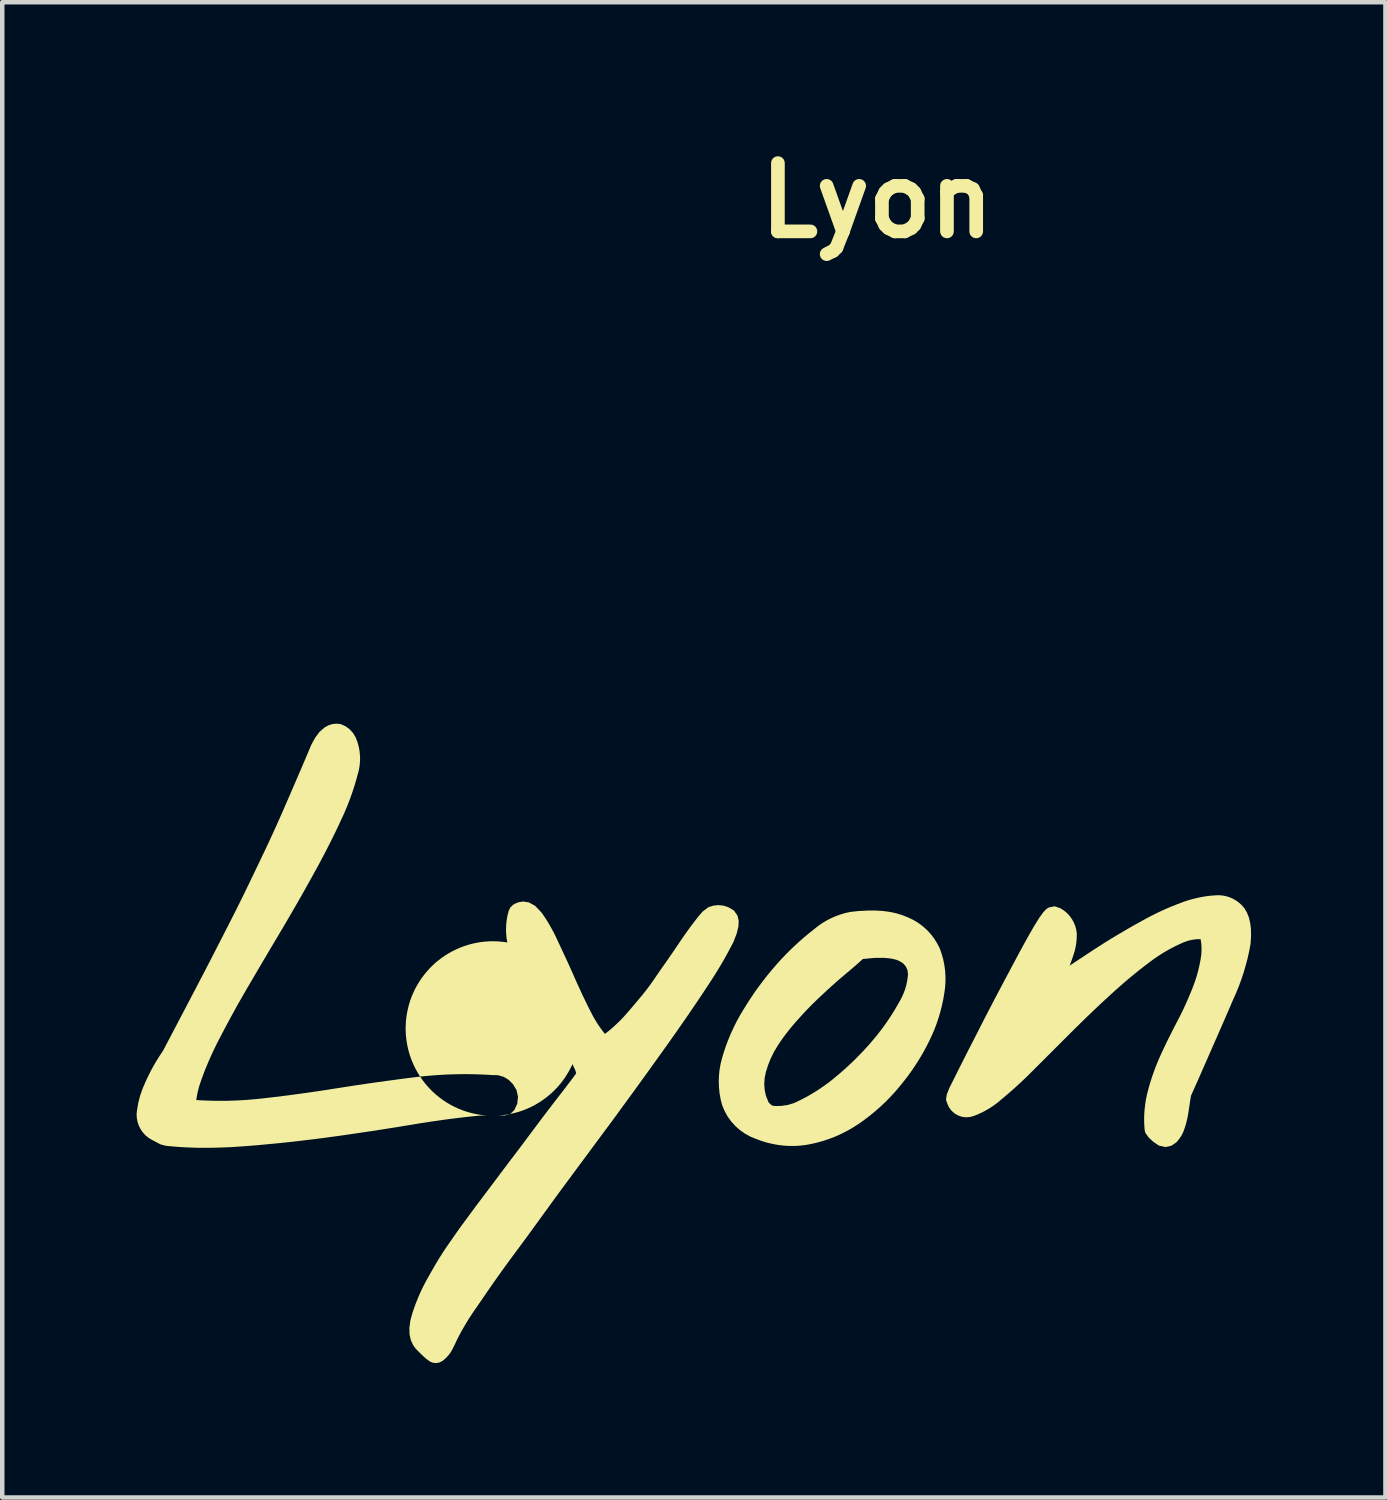
<source format=kicad_pcb>
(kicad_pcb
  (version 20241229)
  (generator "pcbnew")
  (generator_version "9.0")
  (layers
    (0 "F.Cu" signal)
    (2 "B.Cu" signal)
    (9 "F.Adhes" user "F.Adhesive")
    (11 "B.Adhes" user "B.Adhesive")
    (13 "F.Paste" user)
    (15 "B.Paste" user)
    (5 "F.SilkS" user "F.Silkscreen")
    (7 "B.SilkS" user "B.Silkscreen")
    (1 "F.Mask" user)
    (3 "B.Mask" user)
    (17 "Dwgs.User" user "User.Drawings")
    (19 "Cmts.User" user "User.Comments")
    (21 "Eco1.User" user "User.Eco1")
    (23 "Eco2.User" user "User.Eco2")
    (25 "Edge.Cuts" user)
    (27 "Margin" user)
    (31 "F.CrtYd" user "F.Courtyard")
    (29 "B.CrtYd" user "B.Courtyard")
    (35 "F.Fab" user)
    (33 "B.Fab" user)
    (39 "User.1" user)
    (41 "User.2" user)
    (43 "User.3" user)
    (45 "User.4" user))
  (footprint "Lyon"
    (layer "F.Cu")
    (at 16.529 21.815)
    (property "Reference" "Lyon" (at 0 -20.389 0) (layer "F.SilkS") (effects (font (size 1.524 1.524) (thickness 0.305))))
    (attr exclude_from_pos_files exclude_from_bom)
    (fp_poly (pts (xy 0.695 -4.383) (xy 0.579 -3.362) (xy 0.64 -3.294) (xy 0.678 -3.212) (xy 0.691 -3.122) (xy 0.683 -3.036) (xy 0.669 -2.952) (xy 0.651 -2.868) (xy 0.627 -2.786) (xy 0.598 -2.705) (xy 0.564 -2.627) (xy 0.526 -2.55) (xy 0.483 -2.476) (xy 0.419 -2.364) (xy 0.352 -2.253) (xy 0.283 -2.145) (xy 0.21 -2.038) (xy 0.135 -1.933) (xy 0.057 -1.83) (xy -0.023 -1.729) (xy -0.106 -1.63) (xy -0.198 -1.524) (xy -0.292 -1.421) (xy -0.389 -1.319) (xy -0.487 -1.22) (xy -0.588 -1.122) (xy -0.691 -1.027) (xy -0.795 -0.934) (xy -0.902 -0.844) (xy -0.996 -0.766) (xy -1.092 -0.691) (xy -1.191 -0.62) (xy -1.291 -0.551) (xy -1.394 -0.485) (xy -1.499 -0.422) (xy -1.605 -0.363) (xy -1.713 -0.307) (xy -1.849 -0.243) (xy -1.992 -0.199) (xy -2.139 -0.177) (xy -2.289 -0.175) (xy -2.349 -0.188) (xy -2.419 -0.252) (xy -2.482 -0.407) (xy -2.509 -0.537) (xy -2.518 -0.67) (xy -2.509 -0.802) (xy -2.482 -0.932) (xy -2.434 -1.085) (xy -2.374 -1.235) (xy -2.303 -1.379) (xy -2.221 -1.518) (xy -2.17 -1.595) (xy -2.117 -1.672) (xy -2.062 -1.747) (xy -2.006 -1.821) (xy -1.948 -1.894) (xy -1.889 -1.966) (xy -1.828 -2.036) (xy -1.766 -2.106) (xy -1.662 -2.222) (xy -1.555 -2.335) (xy -1.446 -2.446) (xy -1.337 -2.552) (xy -1.227 -2.656) (xy -1.119 -2.756) (xy -1.012 -2.854) (xy -0.905 -2.949) (xy -0.8 -3.04) (xy -0.696 -3.128) (xy -0.544 -3.256) (xy -0.423 -3.361) (xy -0.318 -3.457) (xy -0.046 -3.482) (xy 0.165 -3.482) (xy 0.322 -3.466) (xy 0.432 -3.439) (xy 0.502 -3.409) (xy 0.579 -3.362) (xy 0.695 -4.383) (xy 0.567 -4.435) (xy 0.429 -4.477) (xy 0.283 -4.508) (xy 0.126 -4.529) (xy -0.041 -4.539) (xy -0.218 -4.538) (xy -0.406 -4.528) (xy -0.604 -4.507) (xy -0.715 -4.482) (xy -0.823 -4.449) (xy -0.93 -4.41) (xy -1.033 -4.364) (xy -1.134 -4.312) (xy -1.231 -4.253) (xy -1.323 -4.188) (xy -1.412 -4.117) (xy -1.523 -4.029) (xy -1.632 -3.938) (xy -1.739 -3.844) (xy -1.844 -3.748) (xy -1.947 -3.649) (xy -2.047 -3.548) (xy -2.145 -3.445) (xy -2.24 -3.34) (xy -2.342 -3.221) (xy -2.442 -3.101) (xy -2.538 -2.978) (xy -2.632 -2.853) (xy -2.724 -2.726) (xy -2.812 -2.596) (xy -2.897 -2.465) (xy -2.98 -2.332) (xy -3.057 -2.204) (xy -3.129 -2.073) (xy -3.196 -1.94) (xy -3.259 -1.804) (xy -3.317 -1.666) (xy -3.37 -1.527) (xy -3.418 -1.385) (xy -3.461 -1.242) (xy -3.493 -1.114) (xy -3.516 -0.985) (xy -3.529 -0.854) (xy -3.534 -0.722) (xy -3.529 -0.59) (xy -3.516 -0.46) (xy -3.493 -0.33) (xy -3.461 -0.202) (xy -3.408 -0.072) (xy -3.34 0.052) (xy -3.258 0.167) (xy -3.164 0.272) (xy -3.058 0.365) (xy -2.942 0.446) (xy -2.818 0.513) (xy -2.687 0.565) (xy -2.592 0.6) (xy -2.496 0.631) (xy -2.398 0.657) (xy -2.299 0.678) (xy -2.199 0.695) (xy -2.098 0.707) (xy -1.997 0.715) (xy -1.896 0.717) (xy -1.797 0.715) (xy -1.697 0.707) (xy -1.598 0.695) (xy -1.5 0.678) (xy -1.355 0.646) (xy -1.212 0.607) (xy -1.072 0.56) (xy -0.933 0.507) (xy -0.798 0.446) (xy -0.666 0.379) (xy -0.537 0.305) (xy -0.413 0.225) (xy -0.287 0.136) (xy -0.163 0.042) (xy -0.044 -0.056) (xy 0.072 -0.158) (xy 0.185 -0.264) (xy 0.293 -0.374) (xy 0.398 -0.488) (xy 0.498 -0.605) (xy 0.594 -0.723) (xy 0.687 -0.843) (xy 0.776 -0.967) (xy 0.861 -1.093) (xy 0.942 -1.221) (xy 1.02 -1.352) (xy 1.093 -1.486) (xy 1.162 -1.621) (xy 1.222 -1.748) (xy 1.278 -1.878) (xy 1.328 -2.01) (xy 1.373 -2.143) (xy 1.413 -2.278) (xy 1.448 -2.415) (xy 1.477 -2.553) (xy 1.501 -2.691) (xy 1.518 -2.817) (xy 1.527 -2.944) (xy 1.527 -3.07) (xy 1.519 -3.197) (xy 1.502 -3.323) (xy 1.477 -3.447) (xy 1.443 -3.569) (xy 1.401 -3.689) (xy 1.344 -3.802) (xy 1.277 -3.91) (xy 1.201 -4.011) (xy 1.115 -4.104) (xy 1.02 -4.188) (xy 0.918 -4.264) (xy 0.809 -4.329) (xy 0.695 -4.383)) (stroke (width 0) (type solid)) (fill yes) (layer "F.SilkS"))
    (fp_poly (pts (xy -3.115 -4.424) (xy -3.196 -4.54) (xy -3.319 -4.612) (xy -3.428 -4.648) (xy -3.543 -4.66) (xy -3.658 -4.648) (xy -3.767 -4.612) (xy -3.893 -4.517) (xy -3.996 -4.398) (xy -4.086 -4.281) (xy -4.179 -4.157) (xy -4.273 -4.027) (xy -4.368 -3.89) (xy -4.465 -3.746) (xy -4.547 -3.625) (xy -4.631 -3.503) (xy -4.716 -3.381) (xy -4.802 -3.259) (xy -4.888 -3.135) (xy -4.973 -3.01) (xy -5.061 -2.885) (xy -5.153 -2.762) (xy -5.249 -2.642) (xy -5.348 -2.524) (xy -5.446 -2.408) (xy -5.544 -2.293) (xy -5.604 -2.224) (xy -5.665 -2.156) (xy -5.729 -2.089) (xy -5.795 -2.025) (xy -5.862 -1.962) (xy -5.931 -1.901) (xy -6.001 -1.842) (xy -6.074 -1.785) (xy -6.091 -1.804) (xy -6.181 -1.924) (xy -6.264 -2.049) (xy -6.34 -2.179) (xy -6.409 -2.312) (xy -6.468 -2.43) (xy -6.527 -2.552) (xy -6.588 -2.679) (xy -6.648 -2.81) (xy -6.71 -2.945) (xy -6.771 -3.084) (xy -6.833 -3.223) (xy -6.895 -3.36) (xy -6.957 -3.494) (xy -7.018 -3.625) (xy -7.078 -3.754) (xy -7.137 -3.88) (xy -7.175 -3.961) (xy -7.214 -4.04) (xy -7.256 -4.119) (xy -7.299 -4.196) (xy -7.344 -4.273) (xy -7.391 -4.348) (xy -7.44 -4.422) (xy -7.491 -4.495) (xy -7.635 -4.645) (xy -7.773 -4.72) (xy -7.898 -4.74) (xy -8.003 -4.724) (xy -8.083 -4.692) (xy -8.129 -4.664) (xy -8.188 -4.605) (xy -8.224 -4.53) (xy -8.25 -4.428) (xy -8.268 -4.325) (xy -8.279 -4.22) (xy -8.283 -4.115) (xy -8.279 -4.011) (xy -8.268 -3.906) (xy -8.25 -3.803) (xy -8.224 -3.701) (xy -8.194 -3.598) (xy -8.161 -3.496) (xy -8.126 -3.394) (xy -8.087 -3.294) (xy -8.046 -3.195) (xy -8.003 -3.097) (xy -7.956 -3) (xy -7.908 -2.905) (xy -7.855 -2.807) (xy -7.802 -2.71) (xy -7.747 -2.614) (xy -7.69 -2.518) (xy -7.633 -2.424) (xy -7.574 -2.33) (xy -7.514 -2.237) (xy -7.452 -2.144) (xy -7.354 -2.002) (xy -7.262 -1.864) (xy -7.175 -1.732) (xy -7.093 -1.604) (xy -7.013 -1.481) (xy -6.939 -1.362) (xy -6.868 -1.24) (xy -6.803 -1.116) (xy -6.743 -0.99) (xy -6.727 -0.946) (xy -6.717 -0.902) (xy -6.791 -0.802) (xy -6.888 -0.674) (xy -7.008 -0.517) (xy -7.09 -0.411) (xy -7.177 -0.299) (xy -7.268 -0.18) (xy -7.362 -0.057) (xy -7.461 0.072) (xy -7.985 0.773) (xy -8.078 0.896) (xy -8.17 1.016) (xy -8.259 1.134) (xy -8.347 1.251) (xy -8.433 1.365) (xy -8.517 1.478) (xy -8.964 2.072) (xy -9.255 2.466) (xy -9.318 2.552) (xy -9.394 2.661) (xy -9.486 2.792) (xy -9.594 2.947) (xy -9.686 3.084) (xy -9.775 3.224) (xy -9.862 3.369) (xy -9.947 3.517) (xy -10.033 3.669) (xy -10.083 3.761) (xy -10.132 3.855) (xy -10.178 3.95) (xy -10.221 4.046) (xy -10.262 4.144) (xy -10.301 4.242) (xy -10.337 4.341) (xy -10.371 4.441) (xy -10.419 4.617) (xy -10.44 4.777) (xy -10.437 4.922) (xy -10.408 5.051) (xy -10.354 5.166) (xy -10.311 5.227) (xy -10.26 5.283) (xy -10.177 5.365) (xy -10.08 5.455) (xy -10.025 5.499) (xy -9.965 5.537) (xy -9.909 5.557) (xy -9.85 5.564) (xy -9.769 5.551) (xy -9.697 5.513) (xy -9.63 5.456) (xy -9.57 5.392) (xy -9.517 5.322) (xy -9.474 5.245) (xy -9.419 5.133) (xy -9.367 5.022) (xy -9.319 4.929) (xy -9.268 4.836) (xy -9.216 4.745) (xy -9.162 4.655) (xy -9.107 4.565) (xy -9.049 4.477) (xy -8.991 4.39) (xy -8.93 4.304) (xy -8.851 4.188) (xy -8.769 4.068) (xy -8.683 3.943) (xy -8.593 3.814) (xy -8.5 3.68) (xy -8.402 3.543) (xy -8.3 3.401) (xy -8.194 3.256) (xy -8.084 3.107) (xy -7.991 2.982) (xy -7.898 2.856) (xy -7.803 2.727) (xy -7.708 2.596) (xy -7.612 2.464) (xy -7.514 2.329) (xy -7.415 2.192) (xy -7.314 2.054) (xy -7.212 1.913) (xy -7.108 1.771) (xy -7.002 1.627) (xy -5.816 0.025) (xy -5.72 -0.108) (xy -5.623 -0.24) (xy -5.528 -0.371) (xy -5.432 -0.502) (xy -5.338 -0.632) (xy -5.244 -0.762) (xy -5.15 -0.891) (xy -5.058 -1.02) (xy -4.966 -1.148) (xy -4.875 -1.275) (xy -4.785 -1.401) (xy -4.695 -1.526) (xy -4.59 -1.675) (xy -4.488 -1.819) (xy -4.389 -1.961) (xy -4.293 -2.099) (xy -4.2 -2.234) (xy -4.11 -2.366) (xy -4.023 -2.494) (xy -3.939 -2.62) (xy -3.857 -2.742) (xy -3.779 -2.861) (xy -3.701 -2.98) (xy -3.624 -3.1) (xy -3.549 -3.221) (xy -3.476 -3.343) (xy -3.405 -3.466) (xy -3.336 -3.591) (xy -3.269 -3.716) (xy -3.203 -3.843) (xy -3.133 -4.027) (xy -3.095 -4.181) (xy -3.089 -4.311) (xy -3.115 -4.424)) (stroke (width 0) (type solid)) (fill yes) (layer "F.SilkS"))
    (fp_poly (pts (xy 8.196 -4.596) (xy 8.134 -4.666) (xy 8.063 -4.728) (xy 7.986 -4.78) (xy 7.902 -4.822) (xy 7.814 -4.853) (xy 7.722 -4.873) (xy 7.629 -4.881) (xy 7.536 -4.877) (xy 7.438 -4.869) (xy 7.341 -4.857) (xy 7.245 -4.841) (xy 7.149 -4.821) (xy 7.054 -4.798) (xy 6.96 -4.772) (xy 6.867 -4.742) (xy 6.775 -4.708) (xy 6.666 -4.666) (xy 6.558 -4.623) (xy 6.451 -4.577) (xy 6.344 -4.529) (xy 6.239 -4.479) (xy 6.135 -4.427) (xy 6.031 -4.373) (xy 5.929 -4.317) (xy 5.783 -4.236) (xy 5.638 -4.154) (xy 5.496 -4.071) (xy 5.355 -3.988) (xy 5.217 -3.905) (xy 5.082 -3.821) (xy 4.95 -3.737) (xy 4.823 -3.655) (xy 4.698 -3.573) (xy 4.576 -3.492) (xy 4.455 -3.412) (xy 4.335 -3.333) (xy 4.3 -3.309) (xy 4.341 -3.42) (xy 4.379 -3.53) (xy 4.416 -3.65) (xy 4.442 -3.773) (xy 4.456 -3.898) (xy 4.459 -4.024) (xy 4.446 -4.111) (xy 4.423 -4.196) (xy 4.389 -4.278) (xy 4.346 -4.354) (xy 4.294 -4.425) (xy 4.233 -4.489) (xy 4.164 -4.545) (xy 4.09 -4.591) (xy 3.964 -4.633) (xy 3.834 -4.607) (xy 3.774 -4.567) (xy 3.707 -4.496) (xy 3.618 -4.372) (xy 3.495 -4.173) (xy 3.433 -4.064) (xy 3.367 -3.948) (xy 3.298 -3.824) (xy 3.226 -3.692) (xy 3.151 -3.554) (xy 3.074 -3.409) (xy 3.005 -3.281) (xy 2.936 -3.149) (xy 2.864 -3.015) (xy 2.791 -2.877) (xy 2.717 -2.737) (xy 2.642 -2.595) (xy 2.566 -2.449) (xy 2.49 -2.304) (xy 2.417 -2.162) (xy 2.345 -2.022) (xy 2.275 -1.885) (xy 2.207 -1.751) (xy 2.14 -1.62) (xy 2.075 -1.493) (xy 1.987 -1.322) (xy 1.908 -1.164) (xy 1.835 -1.019) (xy 1.768 -0.885) (xy 1.707 -0.763) (xy 1.614 -0.577) (xy 1.556 -0.432) (xy 1.539 -0.316) (xy 1.572 -0.217) (xy 1.611 -0.138) (xy 1.665 -0.067) (xy 1.732 -0.008) (xy 1.809 0.036) (xy 1.893 0.065) (xy 1.981 0.077) (xy 2.07 0.071) (xy 2.156 0.048) (xy 2.241 0.015) (xy 2.324 -0.023) (xy 2.405 -0.064) (xy 2.484 -0.109) (xy 2.561 -0.157) (xy 2.636 -0.21) (xy 2.708 -0.265) (xy 2.777 -0.324) (xy 2.872 -0.403) (xy 2.965 -0.484) (xy 3.058 -0.565) (xy 3.149 -0.648) (xy 3.24 -0.732) (xy 3.329 -0.817) (xy 3.417 -0.904) (xy 3.504 -0.991) (xy 4.332 -1.818) (xy 4.44 -1.925) (xy 4.549 -2.032) (xy 4.658 -2.139) (xy 4.769 -2.245) (xy 4.88 -2.351) (xy 4.992 -2.457) (xy 5.105 -2.561) (xy 5.217 -2.664) (xy 5.321 -2.759) (xy 5.427 -2.853) (xy 5.533 -2.945) (xy 5.641 -3.036) (xy 5.749 -3.126) (xy 5.859 -3.214) (xy 5.971 -3.301) (xy 6.083 -3.386) (xy 6.171 -3.451) (xy 6.262 -3.514) (xy 6.354 -3.573) (xy 6.448 -3.63) (xy 6.544 -3.684) (xy 6.642 -3.735) (xy 6.741 -3.783) (xy 6.841 -3.828) (xy 6.933 -3.862) (xy 7.029 -3.885) (xy 7.126 -3.898) (xy 7.224 -3.899) (xy 7.239 -3.789) (xy 7.244 -3.678) (xy 7.239 -3.567) (xy 7.224 -3.457) (xy 7.208 -3.372) (xy 7.19 -3.287) (xy 7.17 -3.203) (xy 7.148 -3.12) (xy 7.123 -3.037) (xy 7.096 -2.955) (xy 7.067 -2.874) (xy 7.036 -2.793) (xy 6.999 -2.702) (xy 6.961 -2.612) (xy 6.922 -2.522) (xy 6.882 -2.432) (xy 6.841 -2.343) (xy 6.798 -2.255) (xy 6.754 -2.167) (xy 6.709 -2.08) (xy 6.643 -1.953) (xy 6.578 -1.825) (xy 6.514 -1.698) (xy 6.452 -1.572) (xy 6.392 -1.445) (xy 6.333 -1.318) (xy 6.29 -1.221) (xy 6.248 -1.122) (xy 6.209 -1.023) (xy 6.172 -0.922) (xy 6.137 -0.821) (xy 6.104 -0.719) (xy 6.074 -0.617) (xy 6.046 -0.514) (xy 6.02 -0.408) (xy 5.999 -0.3) (xy 5.983 -0.192) (xy 5.971 -0.083) (xy 5.964 0.026) (xy 5.962 0.135) (xy 5.965 0.244) (xy 5.973 0.353) (xy 5.98 0.395) (xy 5.995 0.434) (xy 6.07 0.536) (xy 6.164 0.621) (xy 6.288 0.707) (xy 6.435 0.741) (xy 6.57 0.712) (xy 6.684 0.634) (xy 6.741 0.566) (xy 6.791 0.492) (xy 6.832 0.413) (xy 6.863 0.33) (xy 6.889 0.249) (xy 6.911 0.167) (xy 6.93 0.084) (xy 6.945 0.001) (xy 6.968 -0.145) (xy 6.987 -0.278) (xy 7.009 -0.407) (xy 7.178 -0.785) (xy 7.234 -0.913) (xy 7.291 -1.044) (xy 7.351 -1.179) (xy 7.412 -1.319) (xy 7.475 -1.462) (xy 7.538 -1.606) (xy 7.6 -1.746) (xy 7.66 -1.884) (xy 7.719 -2.018) (xy 7.776 -2.15) (xy 7.857 -2.336) (xy 7.912 -2.465) (xy 7.945 -2.542) (xy 8.013 -2.693) (xy 8.075 -2.846) (xy 8.132 -3) (xy 8.184 -3.157) (xy 8.23 -3.315) (xy 8.272 -3.474) (xy 8.308 -3.635) (xy 8.338 -3.797) (xy 8.349 -3.966) (xy 8.347 -4.12) (xy 8.33 -4.26) (xy 8.3 -4.386) (xy 8.255 -4.498) (xy 8.196 -4.596)) (stroke (width 0) (type solid)) (fill yes) (layer "F.SilkS"))
    (fp_poly (pts (xy -8.837 0.037) (xy -8.717 0.037) (xy -8.81 0.028) (xy -8.902 0.014) (xy -8.994 -0.004) (xy -9.085 -0.026) (xy -9.174 -0.052) (xy -9.262 -0.083) (xy -9.349 -0.118) (xy -9.434 -0.157) (xy -9.517 -0.2) (xy -9.597 -0.247) (xy -9.676 -0.298) (xy -9.751 -0.353) (xy -9.825 -0.411) (xy -9.895 -0.472) (xy -9.962 -0.537) (xy -10.026 -0.605) (xy -10.087 -0.676) (xy -10.144 -0.75) (xy -10.197 -0.827) (xy -10.247 -0.906) (xy -10.293 -0.987) (xy -10.335 -1.07) (xy -10.373 -1.155) (xy -10.407 -1.242) (xy -10.437 -1.331) (xy -10.462 -1.421) (xy -10.483 -1.512) (xy -10.5 -1.604) (xy -10.512 -1.696) (xy -10.52 -1.789) (xy -10.524 -1.883) (xy -10.522 -1.976) (xy -10.517 -2.069) (xy -10.507 -2.162) (xy -10.492 -2.254) (xy -10.473 -2.346) (xy -10.45 -2.436) (xy -10.423 -2.525) (xy -10.391 -2.613) (xy -10.355 -2.699) (xy -10.315 -2.784) (xy -10.27 -2.866) (xy -10.223 -2.946) (xy -10.171 -3.024) (xy -10.115 -3.099) (xy -10.056 -3.171) (xy -9.994 -3.241) (xy -9.928 -3.307) (xy -9.86 -3.371) (xy -9.788 -3.43) (xy -9.713 -3.487) (xy -9.636 -3.539) (xy -9.557 -3.588) (xy -9.475 -3.633) (xy -9.391 -3.674) (xy -9.305 -3.711) (xy -9.218 -3.744) (xy -9.129 -3.773) (xy -9.039 -3.797) (xy -8.948 -3.817) (xy -8.856 -3.833) (xy -8.763 -3.844) (xy -8.67 -3.851) (xy -8.576 -3.853) (xy -8.483 -3.851) (xy -8.39 -3.844) (xy -8.297 -3.833) (xy -8.205 -3.817) (xy -8.114 -3.797) (xy -8.024 -3.773) (xy -7.935 -3.744) (xy -7.847 -3.711) (xy -7.762 -3.674) (xy -7.678 -3.633) (xy -7.596 -3.588) (xy -7.517 -3.539) (xy -7.439 -3.487) (xy -7.365 -3.43) (xy -7.293 -3.371) (xy -7.225 -3.307) (xy -7.159 -3.241) (xy -7.097 -3.171) (xy -7.038 -3.099) (xy -6.982 -3.024) (xy -6.93 -2.946) (xy -6.882 -2.866) (xy -6.838 -2.784) (xy -6.798 -2.699) (xy -6.762 -2.613) (xy -6.73 -2.525) (xy -6.703 -2.436) (xy -6.679 -2.346) (xy -6.661 -2.254) (xy -6.646 -2.162) (xy -6.636 -2.069) (xy -6.63 -1.976) (xy -6.629 -1.883) (xy -6.633 -1.789) (xy -6.64 -1.696) (xy -6.653 -1.604) (xy -6.669 -1.512) (xy -6.69 -1.421) (xy -6.716 -1.331) (xy -6.746 -1.242) (xy -6.779 -1.155) (xy -6.817 -1.07) (xy -6.86 -0.987) (xy -6.906 -0.906) (xy -6.955 -0.827) (xy -7.009 -0.75) (xy -7.066 -0.676) (xy -7.127 -0.605) (xy -7.191 -0.537) (xy -7.258 -0.472) (xy -7.328 -0.411) (xy -7.401 -0.353) (xy -7.477 -0.298) (xy -7.556 -0.247) (xy -7.636 -0.2) (xy -7.719 -0.157) (xy -7.804 -0.118) (xy -7.89 -0.083) (xy -7.979 -0.052) (xy -8.068 -0.026) (xy -8.159 -0.004) (xy -8.251 0.014) (xy -8.343 0.028) (xy -8.436 0.037) (xy -8.314 0.037) (xy -8.19 0.004) (xy -8.097 -0.085) (xy -8.032 -0.226) (xy -8.015 -0.38) (xy -8.049 -0.532) (xy -8.129 -0.664) (xy -8.222 -0.758) (xy -8.336 -0.826) (xy -8.463 -0.863) (xy -8.595 -0.866) (xy -8.704 -0.873) (xy -8.813 -0.878) (xy -8.922 -0.882) (xy -9.031 -0.885) (xy -9.141 -0.886) (xy -9.25 -0.886) (xy -9.359 -0.885) (xy -9.468 -0.882) (xy -9.577 -0.879) (xy -9.687 -0.873) (xy -9.796 -0.867) (xy -9.905 -0.859) (xy -10.013 -0.85) (xy -10.122 -0.84) (xy -10.231 -0.828) (xy -10.339 -0.815) (xy -10.495 -0.796) (xy -10.652 -0.775) (xy -10.808 -0.754) (xy -10.966 -0.733) (xy -11.123 -0.711) (xy -11.281 -0.689) (xy -11.438 -0.666) (xy -11.596 -0.643) (xy -11.753 -0.619) (xy -11.911 -0.594) (xy -12.068 -0.57) (xy -12.225 -0.545) (xy -12.381 -0.521) (xy -12.536 -0.498) (xy -12.692 -0.475) (xy -12.846 -0.454) (xy -13.001 -0.433) (xy -13.155 -0.412) (xy -13.309 -0.393) (xy -13.463 -0.374) (xy -13.617 -0.356) (xy -13.772 -0.339) (xy -13.86 -0.33) (xy -13.949 -0.322) (xy -14.038 -0.314) (xy -14.127 -0.308) (xy -14.216 -0.303) (xy -14.305 -0.298) (xy -14.395 -0.295) (xy -14.484 -0.292) (xy -14.573 -0.291) (xy -14.662 -0.291) (xy -14.752 -0.291) (xy -14.841 -0.293) (xy -14.93 -0.295) (xy -15.019 -0.299) (xy -15.108 -0.303) (xy -15.197 -0.309) (xy -15.182 -0.409) (xy -15.161 -0.509) (xy -15.135 -0.607) (xy -15.104 -0.703) (xy -15.06 -0.826) (xy -15.014 -0.949) (xy -14.965 -1.07) (xy -14.914 -1.19) (xy -14.861 -1.31) (xy -14.806 -1.428) (xy -14.749 -1.546) (xy -14.689 -1.662) (xy -14.619 -1.797) (xy -14.546 -1.936) (xy -14.47 -2.078) (xy -14.391 -2.223) (xy -14.31 -2.371) (xy -14.225 -2.521) (xy -14.138 -2.673) (xy -14.048 -2.829) (xy -13.966 -2.968) (xy -13.884 -3.108) (xy -13.801 -3.249) (xy -13.718 -3.39) (xy -13.634 -3.532) (xy -13.551 -3.674) (xy -13.466 -3.816) (xy -13.382 -3.958) (xy -13.297 -4.1) (xy -13.213 -4.242) (xy -13.13 -4.384) (xy -13.047 -4.527) (xy -12.965 -4.669) (xy -12.884 -4.811) (xy -12.803 -4.953) (xy -12.724 -5.095) (xy -12.645 -5.235) (xy -12.568 -5.375) (xy -12.482 -5.531) (xy -12.399 -5.686) (xy -12.319 -5.838) (xy -12.242 -5.988) (xy -12.168 -6.135) (xy -12.097 -6.28) (xy -12.029 -6.422) (xy -11.965 -6.561) (xy -11.908 -6.682) (xy -11.855 -6.805) (xy -11.805 -6.929) (xy -11.757 -7.054) (xy -11.713 -7.18) (xy -11.671 -7.308) (xy -11.633 -7.436) (xy -11.597 -7.565) (xy -11.569 -7.668) (xy -11.551 -7.773) (xy -11.541 -7.88) (xy -11.542 -7.987) (xy -11.552 -8.093) (xy -11.571 -8.198) (xy -11.6 -8.301) (xy -11.638 -8.401) (xy -11.697 -8.501) (xy -11.776 -8.587) (xy -11.87 -8.655) (xy -11.977 -8.701) (xy -12.07 -8.71) (xy -12.163 -8.7) (xy -12.252 -8.671) (xy -12.334 -8.625) (xy -12.448 -8.525) (xy -12.539 -8.403) (xy -12.59 -8.313) (xy -12.632 -8.234) (xy -12.702 -8.067) (xy -12.771 -7.904) (xy -12.839 -7.745) (xy -12.905 -7.591) (xy -12.97 -7.44) (xy -13.033 -7.294) (xy -13.094 -7.152) (xy -13.154 -7.014) (xy -13.213 -6.879) (xy -13.277 -6.731) (xy -13.341 -6.587) (xy -13.405 -6.444) (xy -13.468 -6.305) (xy -13.531 -6.167) (xy -13.594 -6.032) (xy -13.657 -5.897) (xy -13.721 -5.765) (xy -13.792 -5.615) (xy -13.862 -5.469) (xy -13.931 -5.325) (xy -13.999 -5.184) (xy -14.066 -5.045) (xy -14.133 -4.907) (xy -14.2 -4.771) (xy -14.268 -4.634) (xy -14.337 -4.496) (xy -14.408 -4.357) (xy -14.479 -4.216) (xy -14.552 -4.074) (xy -14.625 -3.93) (xy -14.7 -3.785) (xy -14.766 -3.657) (xy -14.833 -3.526) (xy -14.901 -3.393) (xy -14.971 -3.258) (xy -15.042 -3.121) (xy -15.115 -2.982) (xy -15.188 -2.841) (xy -15.263 -2.698) (xy -15.941 -1.406) (xy -15.997 -1.323) (xy -16.051 -1.239) (xy -16.104 -1.153) (xy -16.154 -1.066) (xy -16.202 -0.978) (xy -16.248 -0.888) (xy -16.292 -0.798) (xy -16.334 -0.707) (xy -16.397 -0.56) (xy -16.45 -0.409) (xy -16.49 -0.255) (xy -16.518 -0.097) (xy -16.529 -0.007) (xy -16.526 0.084) (xy -16.51 0.174) (xy -16.482 0.26) (xy -16.441 0.342) (xy -16.389 0.416) (xy -16.327 0.483) (xy -16.256 0.539) (xy -16.195 0.576) (xy -16.097 0.629) (xy -15.995 0.682) (xy -15.885 0.712) (xy -15.773 0.723) (xy -15.661 0.733) (xy -15.55 0.741) (xy -15.438 0.747) (xy -15.326 0.752) (xy -15.213 0.756) (xy -15.101 0.758) (xy -14.989 0.758) (xy -14.852 0.757) (xy -14.713 0.754) (xy -14.572 0.749) (xy -14.43 0.743) (xy -14.287 0.734) (xy -14.142 0.724) (xy -13.983 0.712) (xy -13.824 0.699) (xy -13.665 0.684) (xy -13.505 0.669) (xy -13.345 0.654) (xy -13.186 0.637) (xy -13.026 0.62) (xy -12.866 0.601) (xy -12.707 0.582) (xy -12.547 0.563) (xy -12.388 0.542) (xy -12.229 0.521) (xy -12.07 0.499) (xy -11.912 0.477) (xy -11.754 0.454) (xy -11.597 0.431) (xy -11.441 0.408) (xy -11.285 0.385) (xy -11.13 0.361) (xy -10.977 0.337) (xy -10.824 0.313) (xy -10.674 0.289) (xy -10.524 0.264) (xy -10.376 0.24) (xy -10.202 0.211) (xy -10.032 0.185) (xy -9.867 0.16) (xy -9.706 0.137) (xy -9.55 0.116) (xy -9.398 0.097) (xy -9.251 0.079) (xy -9.108 0.063) (xy -8.97 0.049) (xy -8.837 0.037)) (stroke (width 0) (type solid)) (fill yes) (layer "F.SilkS")))
  (gr_rect
    (start -3 -3)
    (end 27.878 30.379)
    (stroke (width 0.1) (type default))
    (fill no)
    (layer "Edge.Cuts")))
</source>
